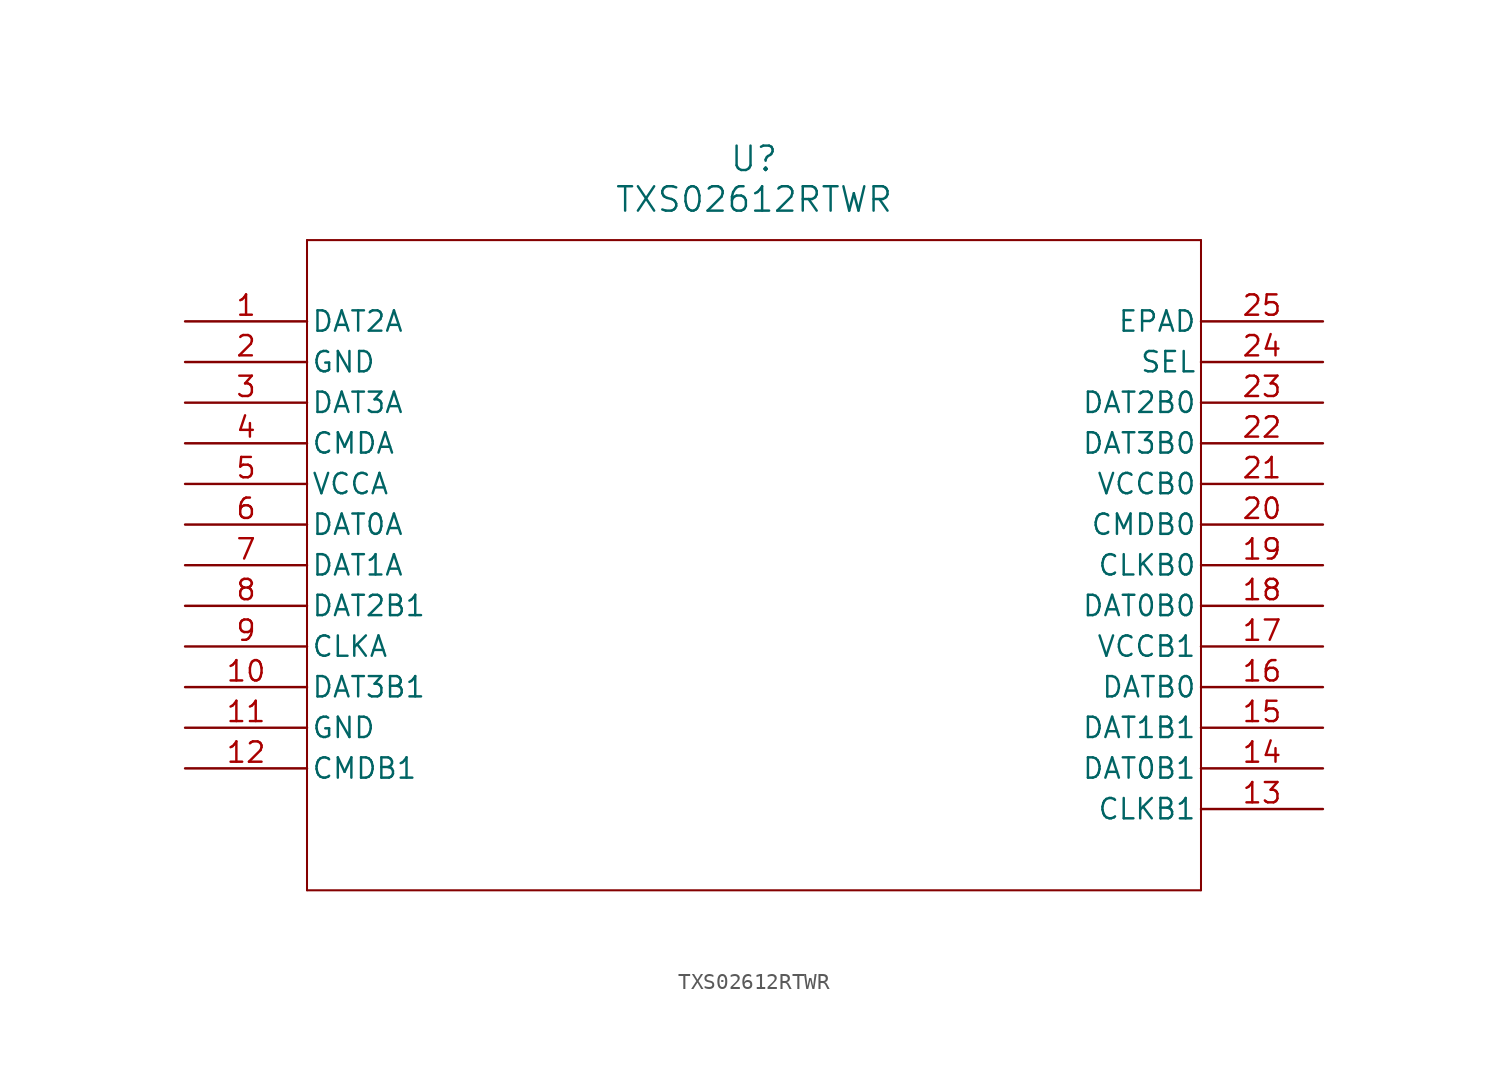
<source format=kicad_sym>
(kicad_symbol_lib
  (version 20211014)
  (generator kicad_symbol_editor)
  (symbol "TXS02612RTWR"
    (pin_names
      (offset 0.254))
    (property "Reference" "U"
      (at 35.56 10.16 0)
      (effects (font (size 1.524 1.524))))
    (property "Value" "TXS02612RTWR"
      (at 35.56 7.62 0)
      (effects (font (size 1.524 1.524))))
    (symbol "TXS02612RTWR_0_1"
      (polyline (pts (xy 7.62 5.08) (xy 7.62 -35.56)) (stroke (width 0.127) (type default) (color 0 0 0 0)) (fill (type none)))
      (polyline (pts (xy 7.62 -35.56) (xy 63.5 -35.56)) (stroke (width 0.127) (type default) (color 0 0 0 0)) (fill (type none)))
      (polyline (pts (xy 63.5 -35.56) (xy 63.5 5.08)) (stroke (width 0.127) (type default) (color 0 0 0 0)) (fill (type none)))
      (polyline (pts (xy 63.5 5.08) (xy 7.62 5.08)) (stroke (width 0.127) (type default) (color 0 0 0 0)) (fill (type none)))
      (pin bidirectional line (at 0 0 0) (length 7.62) (name "DAT2A" (effects (font (size 1.27 1.27)))) (number "1" (effects (font (size 1.27 1.27)))))
      (pin power_in line (at 0 -2.54 0) (length 7.62) (name "GND" (effects (font (size 1.27 1.27)))) (number "2" (effects (font (size 1.27 1.27)))))
      (pin bidirectional line (at 0 -5.08 0) (length 7.62) (name "DAT3A" (effects (font (size 1.27 1.27)))) (number "3" (effects (font (size 1.27 1.27)))))
      (pin bidirectional line (at 0 -7.62 0) (length 7.62) (name "CMDA" (effects (font (size 1.27 1.27)))) (number "4" (effects (font (size 1.27 1.27)))))
      (pin power_in line (at 0 -10.16 0) (length 7.62) (name "VCCA" (effects (font (size 1.27 1.27)))) (number "5" (effects (font (size 1.27 1.27)))))
      (pin bidirectional line (at 0 -12.7 0) (length 7.62) (name "DAT0A" (effects (font (size 1.27 1.27)))) (number "6" (effects (font (size 1.27 1.27)))))
      (pin bidirectional line (at 0 -15.24 0) (length 7.62) (name "DAT1A" (effects (font (size 1.27 1.27)))) (number "7" (effects (font (size 1.27 1.27)))))
      (pin bidirectional line (at 0 -17.78 0) (length 7.62) (name "DAT2B1" (effects (font (size 1.27 1.27)))) (number "8" (effects (font (size 1.27 1.27)))))
      (pin input line (at 0 -20.32 0) (length 7.62) (name "CLKA" (effects (font (size 1.27 1.27)))) (number "9" (effects (font (size 1.27 1.27)))))
      (pin bidirectional line (at 0 -22.86 0) (length 7.62) (name "DAT3B1" (effects (font (size 1.27 1.27)))) (number "10" (effects (font (size 1.27 1.27)))))
      (pin power_in line (at 0 -25.4 0) (length 7.62) (name "GND" (effects (font (size 1.27 1.27)))) (number "11" (effects (font (size 1.27 1.27)))))
      (pin bidirectional line (at 0 -27.94 0) (length 7.62) (name "CMDB1" (effects (font (size 1.27 1.27)))) (number "12" (effects (font (size 1.27 1.27)))))
      (pin output line (at 71.12 -30.48 180) (length 7.62) (name "CLKB1" (effects (font (size 1.27 1.27)))) (number "13" (effects (font (size 1.27 1.27)))))
      (pin bidirectional line (at 71.12 -27.94 180) (length 7.62) (name "DAT0B1" (effects (font (size 1.27 1.27)))) (number "14" (effects (font (size 1.27 1.27)))))
      (pin bidirectional line (at 71.12 -25.4 180) (length 7.62) (name "DAT1B1" (effects (font (size 1.27 1.27)))) (number "15" (effects (font (size 1.27 1.27)))))
      (pin bidirectional line (at 71.12 -22.86 180) (length 7.62) (name "DATB0" (effects (font (size 1.27 1.27)))) (number "16" (effects (font (size 1.27 1.27)))))
      (pin power_in line (at 71.12 -20.32 180) (length 7.62) (name "VCCB1" (effects (font (size 1.27 1.27)))) (number "17" (effects (font (size 1.27 1.27)))))
      (pin bidirectional line (at 71.12 -17.78 180) (length 7.62) (name "DAT0B0" (effects (font (size 1.27 1.27)))) (number "18" (effects (font (size 1.27 1.27)))))
      (pin output line (at 71.12 -15.24 180) (length 7.62) (name "CLKB0" (effects (font (size 1.27 1.27)))) (number "19" (effects (font (size 1.27 1.27)))))
      (pin bidirectional line (at 71.12 -12.7 180) (length 7.62) (name "CMDB0" (effects (font (size 1.27 1.27)))) (number "20" (effects (font (size 1.27 1.27)))))
      (pin power_in line (at 71.12 -10.16 180) (length 7.62) (name "VCCB0" (effects (font (size 1.27 1.27)))) (number "21" (effects (font (size 1.27 1.27)))))
      (pin bidirectional line (at 71.12 -7.62 180) (length 7.62) (name "DAT3B0" (effects (font (size 1.27 1.27)))) (number "22" (effects (font (size 1.27 1.27)))))
      (pin bidirectional line (at 71.12 -5.08 180) (length 7.62) (name "DAT2B0" (effects (font (size 1.27 1.27)))) (number "23" (effects (font (size 1.27 1.27)))))
      (pin bidirectional line (at 71.12 -2.54 180) (length 7.62) (name "SEL" (effects (font (size 1.27 1.27)))) (number "24" (effects (font (size 1.27 1.27)))))
      (pin unspecified line (at 71.12 0 180) (length 7.62) (name "EPAD" (effects (font (size 1.27 1.27)))) (number "25" (effects (font (size 1.27 1.27))))))))
</source>
